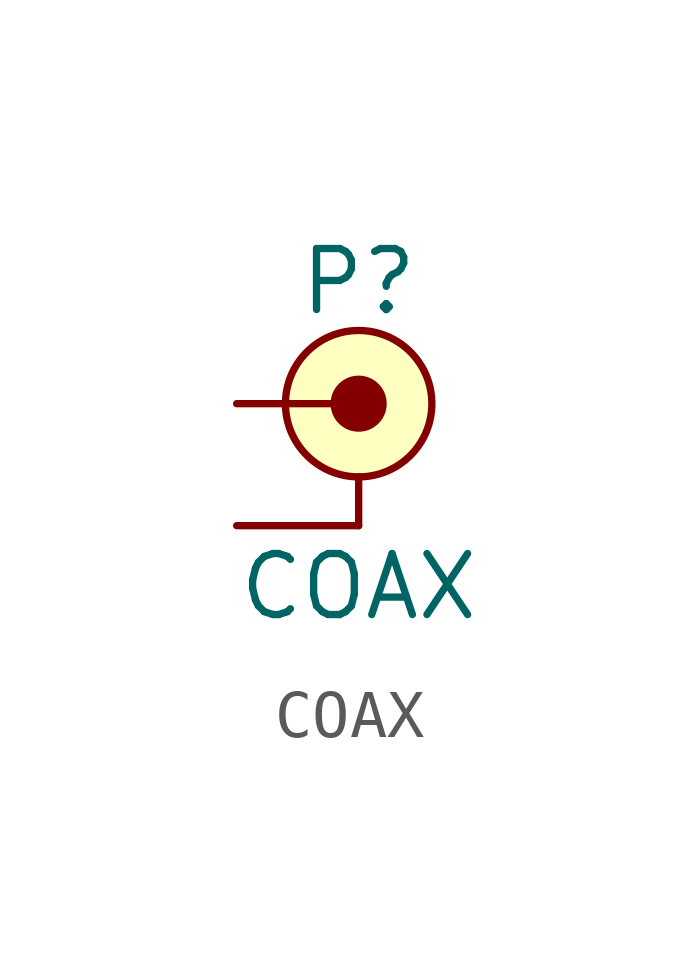
<source format=kicad_sym>
(kicad_symbol_lib
  (version 20211014)
  (generator kicad_symbol_editor)
  (symbol "COAX"
    (pin_numbers hide)
    (pin_names
      (offset 1.016) hide)
    (property "Reference" "P"
      (at 0 2.54 0)
      (effects (font (size 1.27 1.27))))
    (property "Value" "COAX"
      (at 0 -3.81 0)
      (effects (font (size 1.27 1.27))))
    (symbol "COAX_0_1"
      (polyline (pts (xy 0 -1.524) (xy 0 -2.54)) (stroke (width 0) (type default) (color 0 0 0 0)) (fill (type none)))
      (circle (center 0 0) (radius 0.508) (stroke (width 0) (type default) (color 0 0 0 0)) (fill (type outline)))
      (circle (center 0 0) (radius 1.524) (stroke (width 0) (type default) (color 0 0 0 0)) (fill (type background))))
    (symbol "COAX_1_1"
      (pin passive line (at -2.54 0 0) (length 2.54) (name "RF" (effects (font (size 1.27 1.27)))) (number "1" (effects (font (size 1.27 1.27)))))
      (pin passive line (at -2.54 -2.54 0) (length 2.54) (name "GND" (effects (font (size 1.27 1.27)))) (number "2" (effects (font (size 1.27 1.27))))))))
</source>
